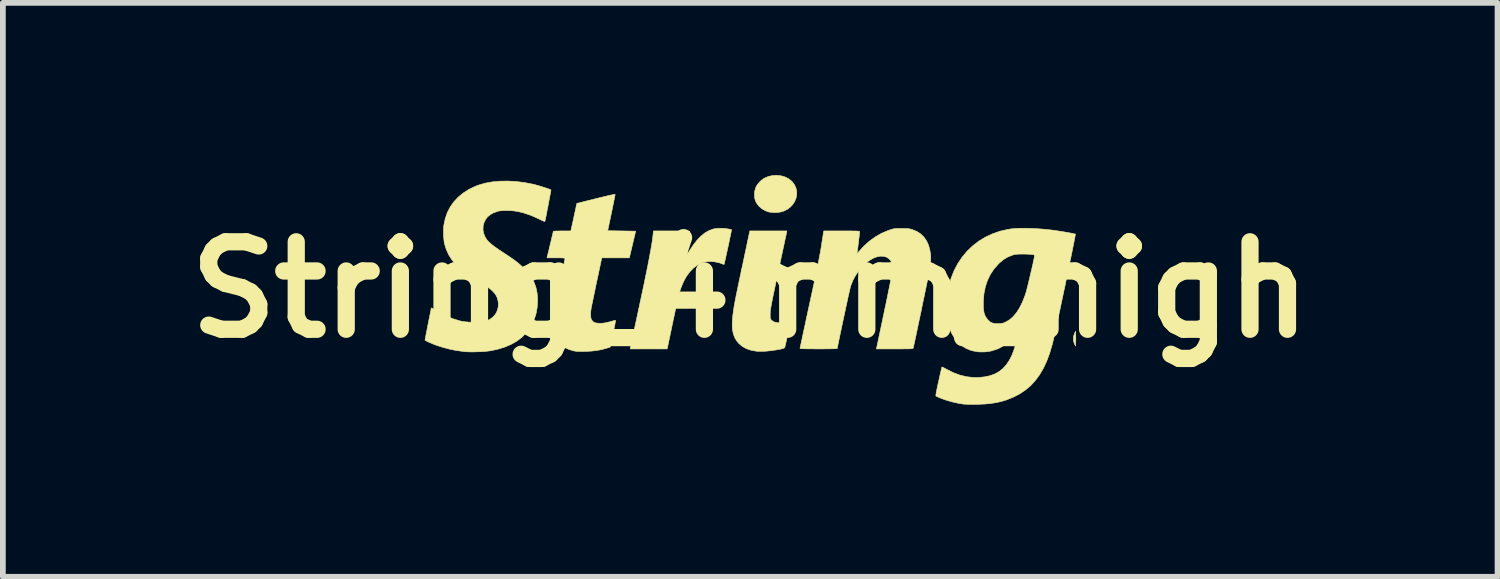
<source format=kicad_pcb>
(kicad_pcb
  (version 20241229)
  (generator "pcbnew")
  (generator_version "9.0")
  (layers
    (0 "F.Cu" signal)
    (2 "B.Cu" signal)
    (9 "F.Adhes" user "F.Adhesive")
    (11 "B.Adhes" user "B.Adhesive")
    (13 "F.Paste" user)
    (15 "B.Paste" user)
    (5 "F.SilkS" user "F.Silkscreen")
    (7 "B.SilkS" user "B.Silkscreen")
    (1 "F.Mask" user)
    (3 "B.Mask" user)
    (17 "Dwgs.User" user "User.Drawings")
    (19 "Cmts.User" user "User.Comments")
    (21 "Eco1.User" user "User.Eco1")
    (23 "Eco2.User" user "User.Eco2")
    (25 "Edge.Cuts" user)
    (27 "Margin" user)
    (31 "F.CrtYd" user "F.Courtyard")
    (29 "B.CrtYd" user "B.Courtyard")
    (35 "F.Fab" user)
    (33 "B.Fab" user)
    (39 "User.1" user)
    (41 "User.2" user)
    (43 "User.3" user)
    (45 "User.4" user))
  (footprint "String_4mm_high"
    (layer "F.Cu")
    (at 10.022 1.998)
    (property "Reference" "String_4mm_high" (at 0 0 0) (layer "F.SilkS") (effects (font (size 1.524 1.524) (thickness 0.3))))
    (attr through_hole)
    (fp_poly (pts (xy 5.672 0.787) (xy 5.673 0.83) (xy 5.673 0.877) (xy 5.672 0.916) (xy 5.67 0.981) (xy 5.651 0.946) (xy 5.636 0.903) (xy 5.631 0.854) (xy 5.637 0.804) (xy 5.651 0.762) (xy 5.67 0.723) (xy 5.672 0.787)) (stroke (width 0.01) (type solid)) (fill yes) (layer "F.SilkS"))
    (fp_poly (pts (xy 0.535 -1.985) (xy 0.604 -1.966) (xy 0.666 -1.935) (xy 0.72 -1.893) (xy 0.731 -1.882) (xy 0.771 -1.829) (xy 0.797 -1.772) (xy 0.81 -1.713) (xy 0.81 -1.653) (xy 0.798 -1.594) (xy 0.775 -1.537) (xy 0.741 -1.485) (xy 0.697 -1.438) (xy 0.644 -1.399) (xy 0.582 -1.369) (xy 0.525 -1.353) (xy 0.481 -1.347) (xy 0.43 -1.345) (xy 0.378 -1.347) (xy 0.333 -1.353) (xy 0.323 -1.355) (xy 0.26 -1.378) (xy 0.202 -1.412) (xy 0.152 -1.455) (xy 0.113 -1.506) (xy 0.098 -1.533) (xy 0.079 -1.591) (xy 0.073 -1.655) (xy 0.079 -1.72) (xy 0.098 -1.782) (xy 0.104 -1.797) (xy 0.126 -1.833) (xy 0.159 -1.872) (xy 0.196 -1.908) (xy 0.235 -1.936) (xy 0.248 -1.944) (xy 0.317 -1.973) (xy 0.389 -1.989) (xy 0.463 -1.993) (xy 0.535 -1.985)) (stroke (width 0.01) (type solid)) (fill yes) (layer "F.SilkS"))
    (fp_poly (pts (xy 0.628 -0.971) (xy 0.625 -0.955) (xy 0.618 -0.925) (xy 0.609 -0.883) (xy 0.598 -0.829) (xy 0.584 -0.765) (xy 0.568 -0.691) (xy 0.551 -0.61) (xy 0.532 -0.523) (xy 0.513 -0.43) (xy 0.492 -0.333) (xy 0.483 -0.289) (xy 0.458 -0.176) (xy 0.437 -0.076) (xy 0.419 0.01) (xy 0.403 0.084) (xy 0.39 0.148) (xy 0.379 0.202) (xy 0.371 0.247) (xy 0.364 0.285) (xy 0.358 0.316) (xy 0.354 0.342) (xy 0.351 0.363) (xy 0.35 0.382) (xy 0.349 0.399) (xy 0.348 0.415) (xy 0.348 0.423) (xy 0.348 0.461) (xy 0.349 0.486) (xy 0.352 0.502) (xy 0.357 0.514) (xy 0.365 0.525) (xy 0.371 0.531) (xy 0.404 0.556) (xy 0.447 0.571) (xy 0.501 0.577) (xy 0.539 0.576) (xy 0.577 0.572) (xy 0.617 0.565) (xy 0.649 0.557) (xy 0.652 0.556) (xy 0.677 0.548) (xy 0.694 0.543) (xy 0.701 0.542) (xy 0.7 0.55) (xy 0.696 0.571) (xy 0.69 0.603) (xy 0.682 0.643) (xy 0.673 0.689) (xy 0.662 0.739) (xy 0.651 0.79) (xy 0.64 0.841) (xy 0.63 0.889) (xy 0.62 0.931) (xy 0.612 0.966) (xy 0.606 0.991) (xy 0.603 1.004) (xy 0.603 1.005) (xy 0.595 1.014) (xy 0.579 1.022) (xy 0.551 1.03) (xy 0.534 1.034) (xy 0.453 1.049) (xy 0.37 1.061) (xy 0.289 1.07) (xy 0.213 1.074) (xy 0.145 1.074) (xy 0.097 1.07) (xy 0.009 1.053) (xy -0.071 1.025) (xy -0.14 0.986) (xy -0.199 0.936) (xy -0.245 0.878) (xy -0.266 0.841) (xy -0.283 0.801) (xy -0.296 0.759) (xy -0.306 0.712) (xy -0.312 0.661) (xy -0.313 0.603) (xy -0.311 0.538) (xy -0.305 0.465) (xy -0.294 0.382) (xy -0.28 0.288) (xy -0.261 0.183) (xy -0.237 0.064) (xy -0.215 -0.043) (xy -0.199 -0.12) (xy -0.18 -0.209) (xy -0.16 -0.304) (xy -0.139 -0.401) (xy -0.119 -0.496) (xy -0.1 -0.585) (xy -0.09 -0.633) (xy -0.075 -0.702) (xy -0.061 -0.768) (xy -0.049 -0.828) (xy -0.037 -0.882) (xy -0.028 -0.926) (xy -0.021 -0.959) (xy -0.016 -0.98) (xy -0.016 -0.983) (xy -0.007 -1.024) (xy 0.639 -1.024) (xy 0.628 -0.971)) (stroke (width 0.01) (type solid)) (fill yes) (layer "F.SilkS"))
    (fp_poly (pts (xy -0.476 -1.069) (xy -0.418 -1.064) (xy -0.388 -1.059) (xy -0.359 -1.054) (xy -0.337 -1.049) (xy -0.326 -1.047) (xy -0.325 -1.047) (xy -0.326 -1.04) (xy -0.33 -1.019) (xy -0.336 -0.987) (xy -0.345 -0.946) (xy -0.355 -0.898) (xy -0.366 -0.844) (xy -0.378 -0.786) (xy -0.391 -0.728) (xy -0.404 -0.669) (xy -0.416 -0.614) (xy -0.427 -0.562) (xy -0.437 -0.518) (xy -0.445 -0.482) (xy -0.451 -0.456) (xy -0.455 -0.442) (xy -0.455 -0.441) (xy -0.464 -0.441) (xy -0.481 -0.448) (xy -0.483 -0.448) (xy -0.501 -0.456) (xy -0.53 -0.466) (xy -0.562 -0.475) (xy -0.571 -0.477) (xy -0.631 -0.488) (xy -0.695 -0.492) (xy -0.758 -0.488) (xy -0.815 -0.477) (xy -0.837 -0.47) (xy -0.914 -0.432) (xy -0.986 -0.38) (xy -1.051 -0.314) (xy -1.109 -0.236) (xy -1.16 -0.145) (xy -1.203 -0.042) (xy -1.215 -0.008) (xy -1.223 0.016) (xy -1.23 0.037) (xy -1.236 0.059) (xy -1.242 0.08) (xy -1.249 0.104) (xy -1.256 0.132) (xy -1.263 0.165) (xy -1.272 0.203) (xy -1.282 0.25) (xy -1.294 0.306) (xy -1.308 0.372) (xy -1.324 0.45) (xy -1.344 0.541) (xy -1.352 0.582) (xy -1.369 0.661) (xy -1.384 0.735) (xy -1.399 0.804) (xy -1.412 0.866) (xy -1.423 0.918) (xy -1.432 0.961) (xy -1.438 0.992) (xy -1.442 1.01) (xy -1.443 1.014) (xy -1.448 1.032) (xy -2.092 1.032) (xy -1.949 0.365) (xy -1.913 0.197) (xy -1.88 0.042) (xy -1.85 -0.098) (xy -1.824 -0.226) (xy -1.8 -0.342) (xy -1.779 -0.447) (xy -1.761 -0.542) (xy -1.745 -0.627) (xy -1.731 -0.704) (xy -1.719 -0.772) (xy -1.709 -0.834) (xy -1.701 -0.89) (xy -1.695 -0.941) (xy -1.691 -0.975) (xy -1.686 -1.024) (xy -1.37 -1.024) (xy -1.292 -1.024) (xy -1.228 -1.024) (xy -1.176 -1.023) (xy -1.136 -1.023) (xy -1.106 -1.022) (xy -1.084 -1.021) (xy -1.07 -1.019) (xy -1.061 -1.017) (xy -1.057 -1.014) (xy -1.055 -1.011) (xy -1.055 -1.01) (xy -1.056 -0.999) (xy -1.059 -0.974) (xy -1.063 -0.939) (xy -1.068 -0.895) (xy -1.074 -0.844) (xy -1.079 -0.809) (xy -1.085 -0.756) (xy -1.091 -0.709) (xy -1.096 -0.669) (xy -1.099 -0.638) (xy -1.102 -0.619) (xy -1.102 -0.614) (xy -1.098 -0.617) (xy -1.088 -0.631) (xy -1.073 -0.655) (xy -1.055 -0.684) (xy -0.99 -0.782) (xy -0.925 -0.865) (xy -0.859 -0.933) (xy -0.792 -0.988) (xy -0.722 -1.028) (xy -0.649 -1.056) (xy -0.637 -1.059) (xy -0.591 -1.067) (xy -0.536 -1.07) (xy -0.476 -1.069)) (stroke (width 0.01) (type solid)) (fill yes) (layer "F.SilkS"))
    (fp_poly (pts (xy -2.354 -1.661) (xy -2.355 -1.652) (xy -2.359 -1.629) (xy -2.366 -1.594) (xy -2.375 -1.549) (xy -2.386 -1.495) (xy -2.398 -1.435) (xy -2.412 -1.368) (xy -2.418 -1.34) (xy -2.483 -1.028) (xy -2.239 -1.024) (xy -1.996 -1.02) (xy -2.051 -0.787) (xy -2.106 -0.555) (xy -2.585 -0.555) (xy -2.59 -0.537) (xy -2.594 -0.52) (xy -2.601 -0.488) (xy -2.61 -0.445) (xy -2.621 -0.393) (xy -2.634 -0.333) (xy -2.648 -0.266) (xy -2.663 -0.196) (xy -2.679 -0.123) (xy -2.694 -0.05) (xy -2.709 0.022) (xy -2.723 0.09) (xy -2.736 0.153) (xy -2.748 0.21) (xy -2.758 0.257) (xy -2.765 0.293) (xy -2.77 0.317) (xy -2.771 0.322) (xy -2.779 0.383) (xy -2.781 0.436) (xy -2.778 0.481) (xy -2.77 0.515) (xy -2.762 0.529) (xy -2.741 0.554) (xy -2.718 0.57) (xy -2.689 0.579) (xy -2.651 0.584) (xy -2.642 0.585) (xy -2.599 0.585) (xy -2.556 0.582) (xy -2.509 0.574) (xy -2.454 0.561) (xy -2.416 0.55) (xy -2.386 0.542) (xy -2.363 0.536) (xy -2.349 0.534) (xy -2.347 0.535) (xy -2.347 0.539) (xy -2.348 0.549) (xy -2.351 0.568) (xy -2.356 0.595) (xy -2.363 0.632) (xy -2.373 0.68) (xy -2.385 0.739) (xy -2.4 0.811) (xy -2.418 0.897) (xy -2.432 0.963) (xy -2.44 1) (xy -2.492 1.016) (xy -2.581 1.041) (xy -2.669 1.058) (xy -2.76 1.069) (xy -2.86 1.075) (xy -2.876 1.075) (xy -2.937 1.076) (xy -2.985 1.076) (xy -3.023 1.074) (xy -3.053 1.07) (xy -3.071 1.067) (xy -3.157 1.042) (xy -3.23 1.009) (xy -3.291 0.966) (xy -3.34 0.914) (xy -3.379 0.852) (xy -3.38 0.85) (xy -3.403 0.796) (xy -3.419 0.74) (xy -3.429 0.677) (xy -3.433 0.605) (xy -3.433 0.574) (xy -3.433 0.551) (xy -3.433 0.53) (xy -3.432 0.509) (xy -3.431 0.488) (xy -3.429 0.465) (xy -3.425 0.439) (xy -3.421 0.409) (xy -3.415 0.373) (xy -3.407 0.33) (xy -3.397 0.279) (xy -3.385 0.219) (xy -3.37 0.149) (xy -3.353 0.066) (xy -3.333 -0.03) (xy -3.317 -0.105) (xy -3.301 -0.184) (xy -3.285 -0.26) (xy -3.271 -0.329) (xy -3.258 -0.392) (xy -3.247 -0.445) (xy -3.238 -0.489) (xy -3.232 -0.52) (xy -3.228 -0.539) (xy -3.228 -0.544) (xy -3.23 -0.548) (xy -3.24 -0.551) (xy -3.257 -0.553) (xy -3.285 -0.554) (xy -3.325 -0.555) (xy -3.378 -0.555) (xy -3.384 -0.555) (xy -3.541 -0.555) (xy -3.537 -0.572) (xy -3.534 -0.585) (xy -3.528 -0.61) (xy -3.519 -0.646) (xy -3.508 -0.69) (xy -3.496 -0.742) (xy -3.483 -0.797) (xy -3.482 -0.801) (xy -3.468 -0.856) (xy -3.457 -0.907) (xy -3.446 -0.95) (xy -3.438 -0.984) (xy -3.433 -1.007) (xy -3.431 -1.018) (xy -3.431 -1.018) (xy -3.424 -1.02) (xy -3.403 -1.021) (xy -3.371 -1.023) (xy -3.331 -1.023) (xy -3.285 -1.024) (xy -3.279 -1.024) (xy -3.126 -1.024) (xy -3.121 -1.045) (xy -3.118 -1.058) (xy -3.112 -1.085) (xy -3.104 -1.122) (xy -3.094 -1.167) (xy -3.082 -1.22) (xy -3.07 -1.277) (xy -3.068 -1.286) (xy -3.021 -1.504) (xy -2.688 -1.587) (xy -2.611 -1.606) (xy -2.541 -1.623) (xy -2.481 -1.637) (xy -2.431 -1.648) (xy -2.393 -1.656) (xy -2.367 -1.661) (xy -2.355 -1.662) (xy -2.354 -1.661)) (stroke (width 0.01) (type solid)) (fill yes) (layer "F.SilkS"))
    (fp_poly (pts (xy -4.078 -1.885) (xy -3.934 -1.867) (xy -3.788 -1.839) (xy -3.747 -1.829) (xy -3.708 -1.818) (xy -3.665 -1.806) (xy -3.621 -1.792) (xy -3.577 -1.778) (xy -3.538 -1.765) (xy -3.505 -1.754) (xy -3.482 -1.744) (xy -3.472 -1.739) (xy -3.473 -1.731) (xy -3.476 -1.71) (xy -3.482 -1.678) (xy -3.49 -1.637) (xy -3.499 -1.589) (xy -3.509 -1.536) (xy -3.519 -1.481) (xy -3.53 -1.425) (xy -3.541 -1.371) (xy -3.55 -1.32) (xy -3.559 -1.275) (xy -3.567 -1.238) (xy -3.572 -1.211) (xy -3.576 -1.196) (xy -3.576 -1.195) (xy -3.58 -1.191) (xy -3.588 -1.191) (xy -3.603 -1.196) (xy -3.627 -1.206) (xy -3.662 -1.224) (xy -3.683 -1.234) (xy -3.819 -1.295) (xy -3.961 -1.342) (xy -4.041 -1.361) (xy -4.094 -1.37) (xy -4.155 -1.377) (xy -4.217 -1.38) (xy -4.278 -1.38) (xy -4.334 -1.377) (xy -4.381 -1.371) (xy -4.404 -1.365) (xy -4.474 -1.339) (xy -4.531 -1.307) (xy -4.577 -1.269) (xy -4.606 -1.232) (xy -4.637 -1.173) (xy -4.654 -1.11) (xy -4.656 -1.044) (xy -4.644 -0.978) (xy -4.617 -0.915) (xy -4.61 -0.902) (xy -4.585 -0.866) (xy -4.55 -0.828) (xy -4.506 -0.789) (xy -4.45 -0.746) (xy -4.382 -0.699) (xy -4.357 -0.682) (xy -4.282 -0.633) (xy -4.219 -0.591) (xy -4.166 -0.555) (xy -4.12 -0.523) (xy -4.082 -0.494) (xy -4.048 -0.468) (xy -4.017 -0.442) (xy -3.987 -0.415) (xy -3.958 -0.386) (xy -3.942 -0.371) (xy -3.868 -0.29) (xy -3.809 -0.208) (xy -3.764 -0.123) (xy -3.732 -0.034) (xy -3.713 0.062) (xy -3.705 0.166) (xy -3.705 0.188) (xy -3.712 0.308) (xy -3.732 0.42) (xy -3.767 0.527) (xy -3.816 0.627) (xy -3.879 0.721) (xy -3.908 0.756) (xy -3.981 0.831) (xy -4.067 0.896) (xy -4.165 0.952) (xy -4.276 0.999) (xy -4.399 1.037) (xy -4.525 1.064) (xy -4.573 1.07) (xy -4.631 1.076) (xy -4.698 1.08) (xy -4.767 1.082) (xy -4.835 1.084) (xy -4.899 1.083) (xy -4.954 1.081) (xy -4.982 1.078) (xy -5.116 1.06) (xy -5.24 1.035) (xy -5.361 1.003) (xy -5.441 0.977) (xy -5.485 0.962) (xy -5.529 0.945) (xy -5.57 0.927) (xy -5.607 0.911) (xy -5.637 0.897) (xy -5.658 0.885) (xy -5.666 0.878) (xy -5.666 0.878) (xy -5.665 0.868) (xy -5.66 0.845) (xy -5.654 0.812) (xy -5.646 0.769) (xy -5.636 0.72) (xy -5.626 0.666) (xy -5.615 0.61) (xy -5.604 0.553) (xy -5.593 0.498) (xy -5.582 0.447) (xy -5.573 0.401) (xy -5.565 0.363) (xy -5.56 0.335) (xy -5.556 0.319) (xy -5.555 0.316) (xy -5.548 0.319) (xy -5.531 0.329) (xy -5.506 0.344) (xy -5.486 0.357) (xy -5.391 0.413) (xy -5.286 0.464) (xy -5.176 0.507) (xy -5.066 0.541) (xy -5.025 0.551) (xy -4.993 0.556) (xy -4.95 0.561) (xy -4.899 0.565) (xy -4.846 0.568) (xy -4.842 0.568) (xy -4.758 0.568) (xy -4.686 0.563) (xy -4.626 0.552) (xy -4.573 0.535) (xy -4.527 0.51) (xy -4.484 0.477) (xy -4.475 0.469) (xy -4.435 0.421) (xy -4.407 0.364) (xy -4.391 0.302) (xy -4.388 0.237) (xy -4.392 0.204) (xy -4.401 0.165) (xy -4.413 0.129) (xy -4.431 0.095) (xy -4.454 0.062) (xy -4.484 0.029) (xy -4.522 -0.006) (xy -4.57 -0.043) (xy -4.628 -0.083) (xy -4.698 -0.128) (xy -4.78 -0.179) (xy -4.795 -0.188) (xy -4.88 -0.24) (xy -4.952 -0.288) (xy -5.014 -0.333) (xy -5.066 -0.376) (xy -5.111 -0.419) (xy -5.126 -0.435) (xy -5.197 -0.52) (xy -5.254 -0.609) (xy -5.297 -0.705) (xy -5.323 -0.788) (xy -5.333 -0.834) (xy -5.339 -0.891) (xy -5.344 -0.953) (xy -5.345 -1.016) (xy -5.343 -1.076) (xy -5.338 -1.126) (xy -5.314 -1.239) (xy -5.277 -1.345) (xy -5.226 -1.444) (xy -5.162 -1.534) (xy -5.086 -1.615) (xy -4.997 -1.687) (xy -4.898 -1.75) (xy -4.787 -1.803) (xy -4.73 -1.824) (xy -4.616 -1.857) (xy -4.492 -1.879) (xy -4.359 -1.891) (xy -4.221 -1.893) (xy -4.078 -1.885)) (stroke (width 0.01) (type solid)) (fill yes) (layer "F.SilkS"))
    (fp_poly (pts (xy 2.684 -1.066) (xy 2.722 -1.066) (xy 2.752 -1.064) (xy 2.776 -1.06) (xy 2.799 -1.055) (xy 2.821 -1.049) (xy 2.9 -1.017) (xy 2.968 -0.974) (xy 3.024 -0.92) (xy 3.07 -0.856) (xy 3.106 -0.779) (xy 3.13 -0.692) (xy 3.142 -0.618) (xy 3.145 -0.577) (xy 3.146 -0.537) (xy 3.144 -0.494) (xy 3.14 -0.447) (xy 3.132 -0.39) (xy 3.121 -0.323) (xy 3.117 -0.305) (xy 3.114 -0.286) (xy 3.107 -0.253) (xy 3.098 -0.209) (xy 3.087 -0.155) (xy 3.074 -0.091) (xy 3.059 -0.02) (xy 3.043 0.057) (xy 3.026 0.139) (xy 3.008 0.224) (xy 2.99 0.312) (xy 2.972 0.4) (xy 2.953 0.488) (xy 2.935 0.573) (xy 2.918 0.655) (xy 2.902 0.732) (xy 2.887 0.803) (xy 2.873 0.866) (xy 2.862 0.92) (xy 2.852 0.964) (xy 2.845 0.995) (xy 2.841 1.014) (xy 2.84 1.018) (xy 2.838 1.021) (xy 2.834 1.024) (xy 2.826 1.026) (xy 2.812 1.028) (xy 2.792 1.029) (xy 2.763 1.03) (xy 2.725 1.031) (xy 2.676 1.031) (xy 2.615 1.032) (xy 2.539 1.032) (xy 2.517 1.032) (xy 2.199 1.032) (xy 2.311 0.502) (xy 2.339 0.367) (xy 2.365 0.247) (xy 2.387 0.14) (xy 2.406 0.046) (xy 2.423 -0.037) (xy 2.437 -0.109) (xy 2.449 -0.172) (xy 2.459 -0.225) (xy 2.467 -0.27) (xy 2.472 -0.309) (xy 2.476 -0.341) (xy 2.478 -0.368) (xy 2.479 -0.39) (xy 2.479 -0.409) (xy 2.477 -0.426) (xy 2.474 -0.441) (xy 2.47 -0.455) (xy 2.469 -0.461) (xy 2.448 -0.506) (xy 2.415 -0.542) (xy 2.374 -0.568) (xy 2.324 -0.582) (xy 2.269 -0.584) (xy 2.214 -0.575) (xy 2.146 -0.55) (xy 2.077 -0.51) (xy 2.01 -0.458) (xy 1.947 -0.396) (xy 1.888 -0.325) (xy 1.835 -0.248) (xy 1.79 -0.165) (xy 1.755 -0.078) (xy 1.748 -0.055) (xy 1.744 -0.039) (xy 1.737 -0.011) (xy 1.728 0.029) (xy 1.716 0.08) (xy 1.703 0.139) (xy 1.689 0.205) (xy 1.673 0.277) (xy 1.657 0.353) (xy 1.64 0.431) (xy 1.623 0.511) (xy 1.606 0.59) (xy 1.59 0.667) (xy 1.574 0.74) (xy 1.56 0.809) (xy 1.547 0.87) (xy 1.536 0.924) (xy 1.527 0.968) (xy 1.52 1) (xy 1.517 1.02) (xy 1.516 1.026) (xy 1.509 1.027) (xy 1.487 1.028) (xy 1.453 1.029) (xy 1.408 1.03) (xy 1.355 1.031) (xy 1.293 1.031) (xy 1.226 1.032) (xy 1.192 1.032) (xy 1.113 1.031) (xy 1.044 1.031) (xy 0.984 1.03) (xy 0.935 1.029) (xy 0.899 1.028) (xy 0.876 1.026) (xy 0.868 1.024) (xy 0.868 1.024) (xy 0.869 1.016) (xy 0.874 0.993) (xy 0.881 0.957) (xy 0.892 0.91) (xy 0.904 0.851) (xy 0.919 0.782) (xy 0.935 0.705) (xy 0.954 0.62) (xy 0.973 0.529) (xy 0.994 0.433) (xy 1.015 0.335) (xy 1.046 0.192) (xy 1.074 0.064) (xy 1.099 -0.051) (xy 1.121 -0.154) (xy 1.14 -0.246) (xy 1.157 -0.329) (xy 1.173 -0.403) (xy 1.186 -0.469) (xy 1.198 -0.529) (xy 1.208 -0.583) (xy 1.218 -0.633) (xy 1.226 -0.68) (xy 1.234 -0.724) (xy 1.241 -0.768) (xy 1.248 -0.812) (xy 1.25 -0.828) (xy 1.258 -0.878) (xy 1.265 -0.923) (xy 1.271 -0.96) (xy 1.275 -0.989) (xy 1.278 -1.005) (xy 1.278 -1.006) (xy 1.282 -1.024) (xy 1.594 -1.024) (xy 1.673 -1.024) (xy 1.737 -1.024) (xy 1.789 -1.023) (xy 1.829 -1.023) (xy 1.859 -1.022) (xy 1.88 -1.02) (xy 1.894 -1.019) (xy 1.902 -1.017) (xy 1.906 -1.014) (xy 1.907 -1.011) (xy 1.906 -1) (xy 1.903 -0.976) (xy 1.9 -0.941) (xy 1.895 -0.9) (xy 1.889 -0.854) (xy 1.884 -0.807) (xy 1.878 -0.761) (xy 1.873 -0.719) (xy 1.868 -0.684) (xy 1.865 -0.659) (xy 1.863 -0.649) (xy 1.858 -0.621) (xy 1.884 -0.653) (xy 1.977 -0.756) (xy 2.074 -0.844) (xy 2.176 -0.918) (xy 2.283 -0.98) (xy 2.398 -1.029) (xy 2.422 -1.038) (xy 2.453 -1.048) (xy 2.478 -1.056) (xy 2.5 -1.061) (xy 2.523 -1.064) (xy 2.551 -1.066) (xy 2.587 -1.067) (xy 2.634 -1.067) (xy 2.684 -1.066)) (stroke (width 0.01) (type solid)) (fill yes) (layer "F.SilkS"))
    (fp_poly (pts (xy 4.875 -1.069) (xy 4.978 -1.064) (xy 5.083 -1.057) (xy 5.189 -1.047) (xy 5.283 -1.036) (xy 5.323 -1.03) (xy 5.369 -1.023) (xy 5.419 -1.015) (xy 5.471 -1.007) (xy 5.521 -0.998) (xy 5.567 -0.99) (xy 5.608 -0.982) (xy 5.639 -0.976) (xy 5.659 -0.971) (xy 5.666 -0.969) (xy 5.665 -0.961) (xy 5.662 -0.939) (xy 5.655 -0.904) (xy 5.646 -0.856) (xy 5.635 -0.798) (xy 5.621 -0.73) (xy 5.606 -0.654) (xy 5.589 -0.57) (xy 5.57 -0.48) (xy 5.551 -0.384) (xy 5.53 -0.285) (xy 5.508 -0.182) (xy 5.487 -0.077) (xy 5.464 0.028) (xy 5.442 0.133) (xy 5.42 0.237) (xy 5.399 0.338) (xy 5.378 0.436) (xy 5.358 0.529) (xy 5.339 0.616) (xy 5.322 0.696) (xy 5.306 0.768) (xy 5.292 0.831) (xy 5.28 0.883) (xy 5.27 0.924) (xy 5.263 0.952) (xy 5.218 1.105) (xy 5.167 1.243) (xy 5.108 1.369) (xy 5.042 1.482) (xy 4.968 1.582) (xy 4.886 1.671) (xy 4.795 1.748) (xy 4.695 1.815) (xy 4.585 1.872) (xy 4.465 1.92) (xy 4.456 1.923) (xy 4.372 1.948) (xy 4.288 1.967) (xy 4.198 1.981) (xy 4.102 1.991) (xy 3.994 1.996) (xy 3.951 1.997) (xy 3.895 1.998) (xy 3.842 1.997) (xy 3.793 1.997) (xy 3.752 1.995) (xy 3.723 1.994) (xy 3.715 1.993) (xy 3.623 1.978) (xy 3.526 1.956) (xy 3.429 1.929) (xy 3.339 1.898) (xy 3.305 1.884) (xy 3.276 1.872) (xy 3.253 1.861) (xy 3.239 1.854) (xy 3.237 1.854) (xy 3.235 1.848) (xy 3.235 1.836) (xy 3.238 1.816) (xy 3.243 1.785) (xy 3.251 1.744) (xy 3.262 1.69) (xy 3.277 1.623) (xy 3.283 1.598) (xy 3.296 1.538) (xy 3.308 1.483) (xy 3.319 1.435) (xy 3.329 1.395) (xy 3.335 1.366) (xy 3.34 1.349) (xy 3.341 1.346) (xy 3.348 1.348) (xy 3.367 1.357) (xy 3.393 1.371) (xy 3.421 1.386) (xy 3.538 1.445) (xy 3.654 1.488) (xy 3.77 1.516) (xy 3.887 1.529) (xy 3.986 1.529) (xy 4.088 1.518) (xy 4.18 1.498) (xy 4.264 1.467) (xy 4.339 1.425) (xy 4.405 1.372) (xy 4.464 1.306) (xy 4.516 1.228) (xy 4.562 1.138) (xy 4.601 1.033) (xy 4.634 0.915) (xy 4.653 0.83) (xy 4.68 0.699) (xy 4.659 0.726) (xy 4.601 0.798) (xy 4.548 0.858) (xy 4.499 0.908) (xy 4.452 0.949) (xy 4.404 0.982) (xy 4.355 1.011) (xy 4.301 1.035) (xy 4.287 1.04) (xy 4.19 1.07) (xy 4.09 1.084) (xy 3.989 1.084) (xy 3.889 1.068) (xy 3.837 1.054) (xy 3.756 1.02) (xy 3.682 0.972) (xy 3.616 0.913) (xy 3.559 0.842) (xy 3.511 0.76) (xy 3.473 0.668) (xy 3.444 0.567) (xy 3.425 0.457) (xy 3.417 0.34) (xy 3.418 0.242) (xy 4.061 0.242) (xy 4.062 0.307) (xy 4.067 0.359) (xy 4.075 0.403) (xy 4.087 0.44) (xy 4.105 0.475) (xy 4.119 0.497) (xy 4.153 0.538) (xy 4.189 0.567) (xy 4.232 0.584) (xy 4.283 0.592) (xy 4.322 0.592) (xy 4.36 0.59) (xy 4.388 0.587) (xy 4.412 0.58) (xy 4.439 0.569) (xy 4.455 0.562) (xy 4.522 0.522) (xy 4.584 0.467) (xy 4.642 0.397) (xy 4.695 0.313) (xy 4.744 0.215) (xy 4.788 0.102) (xy 4.799 0.069) (xy 4.807 0.045) (xy 4.816 0.01) (xy 4.828 -0.036) (xy 4.841 -0.088) (xy 4.855 -0.147) (xy 4.87 -0.209) (xy 4.885 -0.273) (xy 4.9 -0.336) (xy 4.914 -0.397) (xy 4.927 -0.454) (xy 4.937 -0.504) (xy 4.946 -0.545) (xy 4.952 -0.576) (xy 4.955 -0.594) (xy 4.955 -0.597) (xy 4.948 -0.605) (xy 4.928 -0.612) (xy 4.893 -0.616) (xy 4.844 -0.619) (xy 4.78 -0.621) (xy 4.744 -0.621) (xy 4.696 -0.621) (xy 4.66 -0.619) (xy 4.632 -0.617) (xy 4.608 -0.614) (xy 4.586 -0.608) (xy 4.562 -0.6) (xy 4.484 -0.568) (xy 4.413 -0.525) (xy 4.344 -0.468) (xy 4.322 -0.446) (xy 4.246 -0.359) (xy 4.183 -0.264) (xy 4.133 -0.16) (xy 4.096 -0.047) (xy 4.072 0.074) (xy 4.062 0.202) (xy 4.061 0.242) (xy 3.418 0.242) (xy 3.418 0.236) (xy 3.433 0.083) (xy 3.461 -0.064) (xy 3.501 -0.202) (xy 3.553 -0.333) (xy 3.617 -0.455) (xy 3.693 -0.568) (xy 3.779 -0.671) (xy 3.875 -0.763) (xy 3.981 -0.845) (xy 4.096 -0.915) (xy 4.219 -0.973) (xy 4.351 -1.019) (xy 4.491 -1.051) (xy 4.541 -1.059) (xy 4.608 -1.066) (xy 4.688 -1.07) (xy 4.778 -1.071) (xy 4.875 -1.069)) (stroke (width 0.01) (type solid)) (fill yes) (layer "F.SilkS")))
  (gr_rect
    (start -3 -3)
    (end 23.044 7)
    (stroke (width 0.1) (type default))
    (fill no)
    (layer "Edge.Cuts")))
</source>
